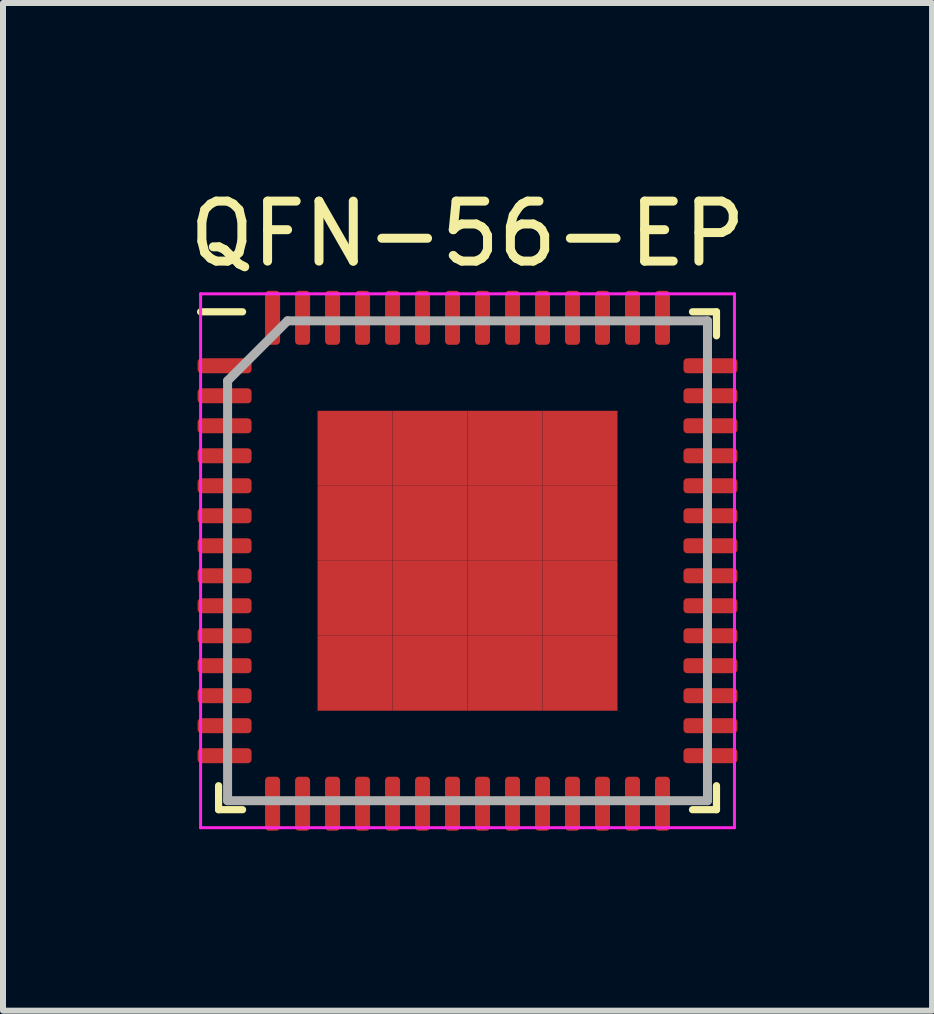
<source format=kicad_pcb>
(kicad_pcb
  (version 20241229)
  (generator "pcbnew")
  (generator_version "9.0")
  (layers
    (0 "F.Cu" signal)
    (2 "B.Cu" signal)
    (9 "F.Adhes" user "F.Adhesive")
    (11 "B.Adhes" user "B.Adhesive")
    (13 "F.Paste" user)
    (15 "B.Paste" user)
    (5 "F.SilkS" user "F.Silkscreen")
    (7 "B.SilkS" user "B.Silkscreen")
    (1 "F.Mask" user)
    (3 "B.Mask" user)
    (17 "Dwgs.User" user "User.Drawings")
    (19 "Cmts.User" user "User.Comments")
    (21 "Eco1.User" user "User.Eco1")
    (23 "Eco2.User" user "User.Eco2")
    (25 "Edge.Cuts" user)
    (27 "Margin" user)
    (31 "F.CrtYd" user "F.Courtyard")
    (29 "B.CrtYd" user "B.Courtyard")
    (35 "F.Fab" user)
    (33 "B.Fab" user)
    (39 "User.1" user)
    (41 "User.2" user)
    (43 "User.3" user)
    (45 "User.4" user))
  (footprint "QFN-56-EP"
    (layer "F.Cu")
    (at 4.744 6.298)
    (property "Reference" "QFN-56-EP" (at 0 -5.45 0) (layer "F.SilkS") (effects (font (size 1 1) (thickness 0.15))))
    (attr smd)
    (fp_line (start -4.15 4.15) (end -4.15 3.75) (stroke (width 0.12) (type default)) (layer "F.SilkS"))
    (fp_line (start -3.75 -4.15) (end -4.45 -4.15) (stroke (width 0.12) (type default)) (layer "F.SilkS"))
    (fp_line (start -3.75 4.15) (end -4.15 4.15) (stroke (width 0.12) (type default)) (layer "F.SilkS"))
    (fp_line (start 3.75 -4.15) (end 4.15 -4.15) (stroke (width 0.12) (type default)) (layer "F.SilkS"))
    (fp_line (start 3.75 4.15) (end 4.15 4.15) (stroke (width 0.12) (type default)) (layer "F.SilkS"))
    (fp_line (start 4.15 -4.15) (end 4.15 -3.75) (stroke (width 0.12) (type default)) (layer "F.SilkS"))
    (fp_line (start 4.15 4.15) (end 4.15 3.75) (stroke (width 0.12) (type default)) (layer "F.SilkS"))
    (fp_line (start -4.45 -4.45) (end 4.45 -4.45) (stroke (width 0.05) (type default)) (layer "F.CrtYd"))
    (fp_line (start -4.45 4.45) (end -4.45 -4.45) (stroke (width 0.05) (type default)) (layer "F.CrtYd"))
    (fp_line (start 4.45 -4.45) (end 4.45 4.45) (stroke (width 0.05) (type default)) (layer "F.CrtYd"))
    (fp_line (start 4.45 4.45) (end -4.45 4.45) (stroke (width 0.05) (type default)) (layer "F.CrtYd"))
    (fp_line (start -4 -3) (end -4 4) (stroke (width 0.15) (type default)) (layer "F.Fab"))
    (fp_line (start -4 4) (end 4 4) (stroke (width 0.15) (type default)) (layer "F.Fab"))
    (fp_line (start -3 -4) (end -4 -3) (stroke (width 0.15) (type default)) (layer "F.Fab"))
    (fp_line (start 4 -4) (end -3 -4) (stroke (width 0.15) (type default)) (layer "F.Fab"))
    (fp_line (start 4 4) (end 4 -4) (stroke (width 0.15) (type default)) (layer "F.Fab"))
    (pad "1" smd roundrect (at -4.05 -3.25 90) (size 0.25 0.9) (layers "F.Cu" "F.Mask" "F.Paste") (roundrect_rratio 0.25))
    (pad "2" smd roundrect (at -4.05 -2.75 90) (size 0.25 0.9) (layers "F.Cu" "F.Mask" "F.Paste") (roundrect_rratio 0.25))
    (pad "3" smd roundrect (at -4.05 -2.25 90) (size 0.25 0.9) (layers "F.Cu" "F.Mask" "F.Paste") (roundrect_rratio 0.25))
    (pad "4" smd roundrect (at -4.05 -1.75 90) (size 0.25 0.9) (layers "F.Cu" "F.Mask" "F.Paste") (roundrect_rratio 0.25))
    (pad "5" smd roundrect (at -4.05 -1.25 90) (size 0.25 0.9) (layers "F.Cu" "F.Mask" "F.Paste") (roundrect_rratio 0.25))
    (pad "6" smd roundrect (at -4.05 -0.75 90) (size 0.25 0.9) (layers "F.Cu" "F.Mask" "F.Paste") (roundrect_rratio 0.25))
    (pad "7" smd roundrect (at -4.05 -0.25 90) (size 0.25 0.9) (layers "F.Cu" "F.Mask" "F.Paste") (roundrect_rratio 0.25))
    (pad "8" smd roundrect (at -4.05 0.25 90) (size 0.25 0.9) (layers "F.Cu" "F.Mask" "F.Paste") (roundrect_rratio 0.25))
    (pad "9" smd roundrect (at -4.05 0.75 90) (size 0.25 0.9) (layers "F.Cu" "F.Mask" "F.Paste") (roundrect_rratio 0.25))
    (pad "10" smd roundrect (at -4.05 1.25 90) (size 0.25 0.9) (layers "F.Cu" "F.Mask" "F.Paste") (roundrect_rratio 0.25))
    (pad "11" smd roundrect (at -4.05 1.75 90) (size 0.25 0.9) (layers "F.Cu" "F.Mask" "F.Paste") (roundrect_rratio 0.25))
    (pad "12" smd roundrect (at -4.05 2.25 90) (size 0.25 0.9) (layers "F.Cu" "F.Mask" "F.Paste") (roundrect_rratio 0.25))
    (pad "13" smd roundrect (at -4.05 2.75 90) (size 0.25 0.9) (layers "F.Cu" "F.Mask" "F.Paste") (roundrect_rratio 0.25))
    (pad "14" smd roundrect (at -4.05 3.25 90) (size 0.25 0.9) (layers "F.Cu" "F.Mask" "F.Paste") (roundrect_rratio 0.25))
    (pad "15" smd roundrect (at -3.25 4.05) (size 0.25 0.9) (layers "F.Cu" "F.Mask" "F.Paste") (roundrect_rratio 0.25))
    (pad "16" smd roundrect (at -2.75 4.05) (size 0.25 0.9) (layers "F.Cu" "F.Mask" "F.Paste") (roundrect_rratio 0.25))
    (pad "17" smd roundrect (at -2.25 4.05) (size 0.25 0.9) (layers "F.Cu" "F.Mask" "F.Paste") (roundrect_rratio 0.25))
    (pad "18" smd roundrect (at -1.75 4.05) (size 0.25 0.9) (layers "F.Cu" "F.Mask" "F.Paste") (roundrect_rratio 0.25))
    (pad "19" smd roundrect (at -1.25 4.05) (size 0.25 0.9) (layers "F.Cu" "F.Mask" "F.Paste") (roundrect_rratio 0.25))
    (pad "20" smd roundrect (at -0.75 4.05) (size 0.25 0.9) (layers "F.Cu" "F.Mask" "F.Paste") (roundrect_rratio 0.25))
    (pad "21" smd roundrect (at -0.25 4.05) (size 0.25 0.9) (layers "F.Cu" "F.Mask" "F.Paste") (roundrect_rratio 0.25))
    (pad "22" smd roundrect (at 0.25 4.05) (size 0.25 0.9) (layers "F.Cu" "F.Mask" "F.Paste") (roundrect_rratio 0.25))
    (pad "23" smd roundrect (at 0.75 4.05) (size 0.25 0.9) (layers "F.Cu" "F.Mask" "F.Paste") (roundrect_rratio 0.25))
    (pad "24" smd roundrect (at 1.25 4.05) (size 0.25 0.9) (layers "F.Cu" "F.Mask" "F.Paste") (roundrect_rratio 0.25))
    (pad "25" smd roundrect (at 1.75 4.05) (size 0.25 0.9) (layers "F.Cu" "F.Mask" "F.Paste") (roundrect_rratio 0.25))
    (pad "26" smd roundrect (at 2.25 4.05) (size 0.25 0.9) (layers "F.Cu" "F.Mask" "F.Paste") (roundrect_rratio 0.25))
    (pad "27" smd roundrect (at 2.75 4.05) (size 0.25 0.9) (layers "F.Cu" "F.Mask" "F.Paste") (roundrect_rratio 0.25))
    (pad "28" smd roundrect (at 3.25 4.05) (size 0.25 0.9) (layers "F.Cu" "F.Mask" "F.Paste") (roundrect_rratio 0.25))
    (pad "29" smd roundrect (at 4.05 3.25 90) (size 0.25 0.9) (layers "F.Cu" "F.Mask" "F.Paste") (roundrect_rratio 0.25))
    (pad "30" smd roundrect (at 4.05 2.75 90) (size 0.25 0.9) (layers "F.Cu" "F.Mask" "F.Paste") (roundrect_rratio 0.25))
    (pad "31" smd roundrect (at 4.05 2.25 90) (size 0.25 0.9) (layers "F.Cu" "F.Mask" "F.Paste") (roundrect_rratio 0.25))
    (pad "32" smd roundrect (at 4.05 1.75 90) (size 0.25 0.9) (layers "F.Cu" "F.Mask" "F.Paste") (roundrect_rratio 0.25))
    (pad "33" smd roundrect (at 4.05 1.25 90) (size 0.25 0.9) (layers "F.Cu" "F.Mask" "F.Paste") (roundrect_rratio 0.25))
    (pad "34" smd roundrect (at 4.05 0.75 90) (size 0.25 0.9) (layers "F.Cu" "F.Mask" "F.Paste") (roundrect_rratio 0.25))
    (pad "35" smd roundrect (at 4.05 0.25 90) (size 0.25 0.9) (layers "F.Cu" "F.Mask" "F.Paste") (roundrect_rratio 0.25))
    (pad "36" smd roundrect (at 4.05 -0.25 90) (size 0.25 0.9) (layers "F.Cu" "F.Mask" "F.Paste") (roundrect_rratio 0.25))
    (pad "37" smd roundrect (at 4.05 -0.75 90) (size 0.25 0.9) (layers "F.Cu" "F.Mask" "F.Paste") (roundrect_rratio 0.25))
    (pad "38" smd roundrect (at 4.05 -1.25 90) (size 0.25 0.9) (layers "F.Cu" "F.Mask" "F.Paste") (roundrect_rratio 0.25))
    (pad "39" smd roundrect (at 4.05 -1.75 90) (size 0.25 0.9) (layers "F.Cu" "F.Mask" "F.Paste") (roundrect_rratio 0.25))
    (pad "40" smd roundrect (at 4.05 -2.25 90) (size 0.25 0.9) (layers "F.Cu" "F.Mask" "F.Paste") (roundrect_rratio 0.25))
    (pad "41" smd roundrect (at 4.05 -2.75 90) (size 0.25 0.9) (layers "F.Cu" "F.Mask" "F.Paste") (roundrect_rratio 0.25))
    (pad "42" smd roundrect (at 4.05 -3.25 90) (size 0.25 0.9) (layers "F.Cu" "F.Mask" "F.Paste") (roundrect_rratio 0.25))
    (pad "43" smd roundrect (at 3.25 -4.05) (size 0.25 0.9) (layers "F.Cu" "F.Mask" "F.Paste") (roundrect_rratio 0.25))
    (pad "44" smd roundrect (at 2.75 -4.05) (size 0.25 0.9) (layers "F.Cu" "F.Mask" "F.Paste") (roundrect_rratio 0.25))
    (pad "45" smd roundrect (at 2.25 -4.05) (size 0.25 0.9) (layers "F.Cu" "F.Mask" "F.Paste") (roundrect_rratio 0.25))
    (pad "46" smd roundrect (at 1.75 -4.05) (size 0.25 0.9) (layers "F.Cu" "F.Mask" "F.Paste") (roundrect_rratio 0.25))
    (pad "47" smd roundrect (at 1.25 -4.05) (size 0.25 0.9) (layers "F.Cu" "F.Mask" "F.Paste") (roundrect_rratio 0.25))
    (pad "48" smd roundrect (at 0.75 -4.05) (size 0.25 0.9) (layers "F.Cu" "F.Mask" "F.Paste") (roundrect_rratio 0.25))
    (pad "49" smd roundrect (at 0.25 -4.05) (size 0.25 0.9) (layers "F.Cu" "F.Mask" "F.Paste") (roundrect_rratio 0.25))
    (pad "50" smd roundrect (at -0.25 -4.05) (size 0.25 0.9) (layers "F.Cu" "F.Mask" "F.Paste") (roundrect_rratio 0.25))
    (pad "51" smd roundrect (at -0.75 -4.05) (size 0.25 0.9) (layers "F.Cu" "F.Mask" "F.Paste") (roundrect_rratio 0.25))
    (pad "52" smd roundrect (at -1.25 -4.05) (size 0.25 0.9) (layers "F.Cu" "F.Mask" "F.Paste") (roundrect_rratio 0.25))
    (pad "53" smd roundrect (at -1.75 -4.05) (size 0.25 0.9) (layers "F.Cu" "F.Mask" "F.Paste") (roundrect_rratio 0.25))
    (pad "54" smd roundrect (at -2.25 -4.05) (size 0.25 0.9) (layers "F.Cu" "F.Mask" "F.Paste") (roundrect_rratio 0.25))
    (pad "55" smd roundrect (at -2.75 -4.05) (size 0.25 0.9) (layers "F.Cu" "F.Mask" "F.Paste") (roundrect_rratio 0.25))
    (pad "56" smd roundrect (at -3.25 -4.05) (size 0.25 0.9) (layers "F.Cu" "F.Mask" "F.Paste") (roundrect_rratio 0.25))
    (pad "57" smd rect (at -1.875 -1.875) (size 1.25 1.25) (layers "F.Cu" "F.Mask" "F.Paste"))
    (pad "57" smd rect (at -1.875 -0.625) (size 1.25 1.25) (layers "F.Cu" "F.Mask" "F.Paste"))
    (pad "57" smd rect (at -1.875 0.625) (size 1.25 1.25) (layers "F.Cu" "F.Mask" "F.Paste"))
    (pad "57" smd rect (at -1.875 1.875) (size 1.25 1.25) (layers "F.Cu" "F.Mask" "F.Paste"))
    (pad "57" smd rect (at -0.625 -1.875) (size 1.25 1.25) (layers "F.Cu" "F.Mask" "F.Paste"))
    (pad "57" smd rect (at -0.625 -0.625) (size 1.25 1.25) (layers "F.Cu" "F.Mask" "F.Paste"))
    (pad "57" smd rect (at -0.625 0.625) (size 1.25 1.25) (layers "F.Cu" "F.Mask" "F.Paste"))
    (pad "57" smd rect (at -0.625 1.875) (size 1.25 1.25) (layers "F.Cu" "F.Mask" "F.Paste"))
    (pad "57" smd rect (at 0.625 -1.875) (size 1.25 1.25) (layers "F.Cu" "F.Mask" "F.Paste"))
    (pad "57" smd rect (at 0.625 -0.625) (size 1.25 1.25) (layers "F.Cu" "F.Mask" "F.Paste"))
    (pad "57" smd rect (at 0.625 0.625) (size 1.25 1.25) (layers "F.Cu" "F.Mask" "F.Paste"))
    (pad "57" smd rect (at 0.625 1.875) (size 1.25 1.25) (layers "F.Cu" "F.Mask" "F.Paste"))
    (pad "57" smd rect (at 1.875 -1.875) (size 1.25 1.25) (layers "F.Cu" "F.Mask" "F.Paste"))
    (pad "57" smd rect (at 1.875 -0.625) (size 1.25 1.25) (layers "F.Cu" "F.Mask" "F.Paste"))
    (pad "57" smd rect (at 1.875 0.625) (size 1.25 1.25) (layers "F.Cu" "F.Mask" "F.Paste"))
    (pad "57" smd rect (at 1.875 1.875) (size 1.25 1.25) (layers "F.Cu" "F.Mask" "F.Paste")))
  (gr_rect
    (start -3 -3)
    (end 12.488 13.798)
    (stroke (width 0.1) (type default))
    (fill no)
    (layer "Edge.Cuts")))
</source>
